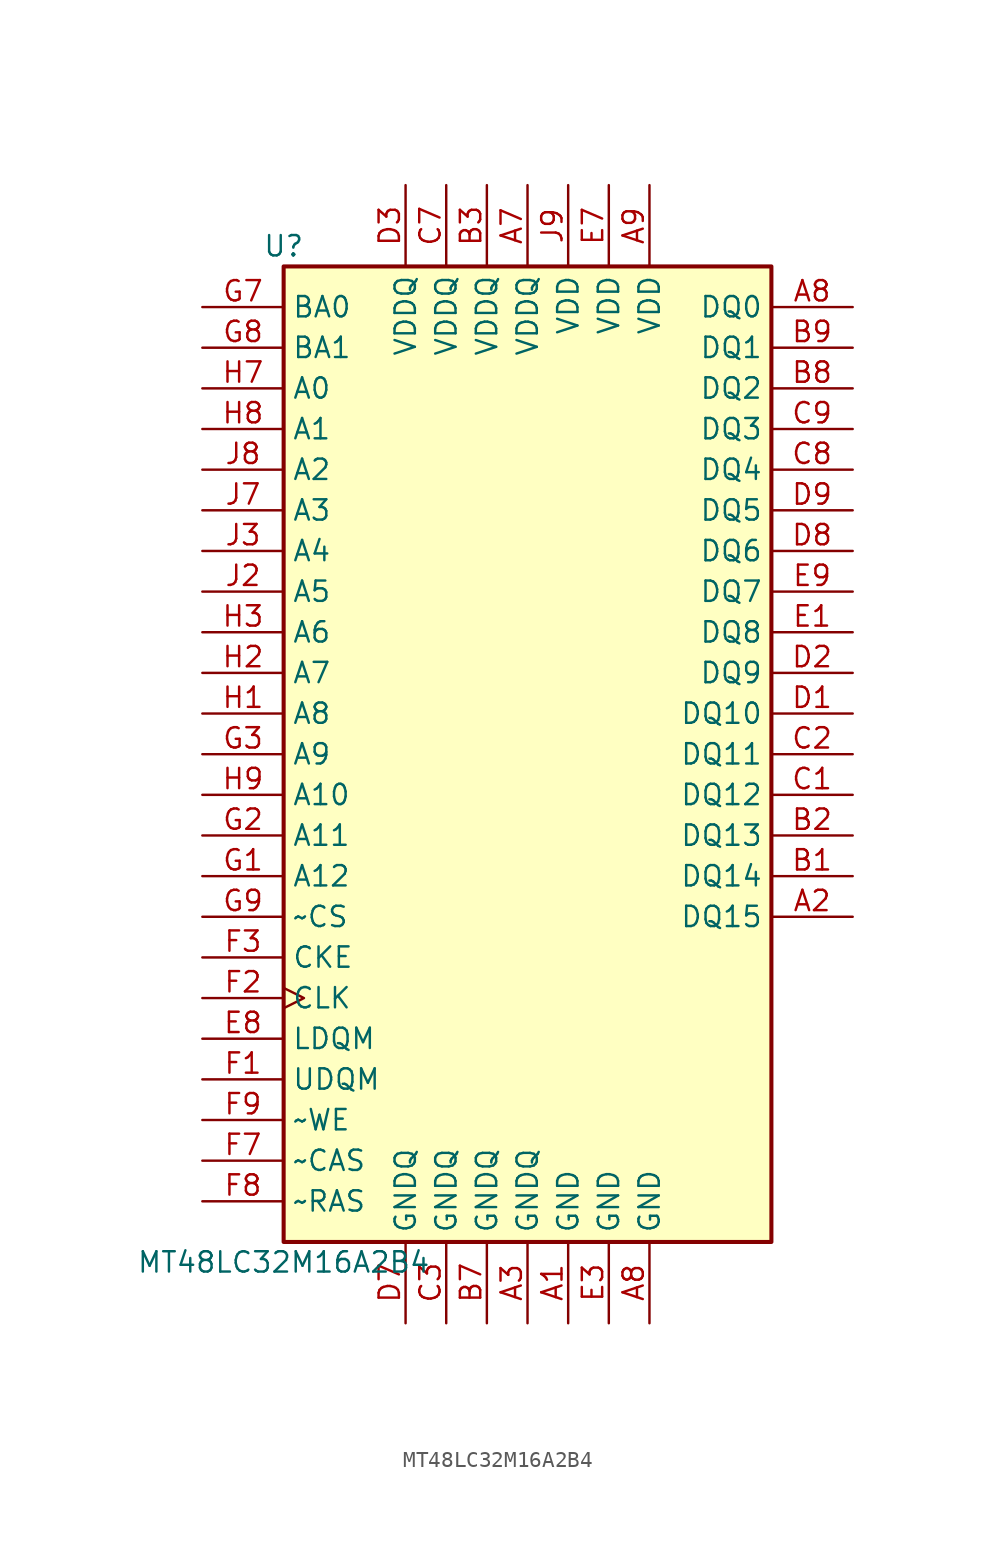
<source format=kicad_sym>
(kicad_symbol_lib
  (version 20210619)
  (generator kicad_symbol_editor)
  (symbol "Sitina:MT48LC32M16A2B4"
    (property "Reference" "U"
      (at -15.24 31.75 0)
      (effects (font (size 1.27 1.27))))
    (property "Value" "MT48LC32M16A2B4"
      (at -15.24 -31.75 0)
      (effects (font (size 1.27 1.27))))
    (symbol "MT48LC32M16A2B4_1_1"
      (rectangle (start -15.24 30.48) (end 15.24 -30.48) (stroke (width 0.254)) (fill (type background)))
      (pin power_in line (at 2.54 -35.56 90) (length 5.08) (name "GND" (effects (font (size 1.27 1.27)))) (number "A1" (effects (font (size 1.27 1.27)))))
      (pin bidirectional line (at 20.32 -10.16 180) (length 5.08) (name "DQ15" (effects (font (size 1.27 1.27)))) (number "A2" (effects (font (size 1.27 1.27)))))
      (pin power_in line (at 0 -35.56 90) (length 5.08) (name "GNDQ" (effects (font (size 1.27 1.27)))) (number "A3" (effects (font (size 1.27 1.27)))))
      (pin power_in line (at 0 35.56 270) (length 5.08) (name "VDDQ" (effects (font (size 1.27 1.27)))) (number "A7" (effects (font (size 1.27 1.27)))))
      (pin bidirectional line (at 20.32 27.94 180) (length 5.08) (name "DQ0" (effects (font (size 1.27 1.27)))) (number "A8" (effects (font (size 1.27 1.27)))))
      (pin power_in line (at 7.62 -35.56 90) (length 5.08) (name "GND" (effects (font (size 1.27 1.27)))) (number "A8" (effects (font (size 1.27 1.27)))))
      (pin power_in line (at 7.62 35.56 270) (length 5.08) (name "VDD" (effects (font (size 1.27 1.27)))) (number "A9" (effects (font (size 1.27 1.27)))))
      (pin bidirectional line (at 20.32 -7.62 180) (length 5.08) (name "DQ14" (effects (font (size 1.27 1.27)))) (number "B1" (effects (font (size 1.27 1.27)))))
      (pin bidirectional line (at 20.32 -5.08 180) (length 5.08) (name "DQ13" (effects (font (size 1.27 1.27)))) (number "B2" (effects (font (size 1.27 1.27)))))
      (pin power_in line (at -2.54 35.56 270) (length 5.08) (name "VDDQ" (effects (font (size 1.27 1.27)))) (number "B3" (effects (font (size 1.27 1.27)))))
      (pin power_in line (at -2.54 -35.56 90) (length 5.08) (name "GNDQ" (effects (font (size 1.27 1.27)))) (number "B7" (effects (font (size 1.27 1.27)))))
      (pin bidirectional line (at 20.32 22.86 180) (length 5.08) (name "DQ2" (effects (font (size 1.27 1.27)))) (number "B8" (effects (font (size 1.27 1.27)))))
      (pin bidirectional line (at 20.32 25.4 180) (length 5.08) (name "DQ1" (effects (font (size 1.27 1.27)))) (number "B9" (effects (font (size 1.27 1.27)))))
      (pin bidirectional line (at 20.32 -2.54 180) (length 5.08) (name "DQ12" (effects (font (size 1.27 1.27)))) (number "C1" (effects (font (size 1.27 1.27)))))
      (pin bidirectional line (at 20.32 0 180) (length 5.08) (name "DQ11" (effects (font (size 1.27 1.27)))) (number "C2" (effects (font (size 1.27 1.27)))))
      (pin power_in line (at -5.08 -35.56 90) (length 5.08) (name "GNDQ" (effects (font (size 1.27 1.27)))) (number "C3" (effects (font (size 1.27 1.27)))))
      (pin power_in line (at -5.08 35.56 270) (length 5.08) (name "VDDQ" (effects (font (size 1.27 1.27)))) (number "C7" (effects (font (size 1.27 1.27)))))
      (pin bidirectional line (at 20.32 17.78 180) (length 5.08) (name "DQ4" (effects (font (size 1.27 1.27)))) (number "C8" (effects (font (size 1.27 1.27)))))
      (pin bidirectional line (at 20.32 20.32 180) (length 5.08) (name "DQ3" (effects (font (size 1.27 1.27)))) (number "C9" (effects (font (size 1.27 1.27)))))
      (pin bidirectional line (at 20.32 2.54 180) (length 5.08) (name "DQ10" (effects (font (size 1.27 1.27)))) (number "D1" (effects (font (size 1.27 1.27)))))
      (pin bidirectional line (at 20.32 5.08 180) (length 5.08) (name "DQ9" (effects (font (size 1.27 1.27)))) (number "D2" (effects (font (size 1.27 1.27)))))
      (pin power_in line (at -7.62 35.56 270) (length 5.08) (name "VDDQ" (effects (font (size 1.27 1.27)))) (number "D3" (effects (font (size 1.27 1.27)))))
      (pin power_in line (at -7.62 -35.56 90) (length 5.08) (name "GNDQ" (effects (font (size 1.27 1.27)))) (number "D7" (effects (font (size 1.27 1.27)))))
      (pin bidirectional line (at 20.32 12.7 180) (length 5.08) (name "DQ6" (effects (font (size 1.27 1.27)))) (number "D8" (effects (font (size 1.27 1.27)))))
      (pin bidirectional line (at 20.32 15.24 180) (length 5.08) (name "DQ5" (effects (font (size 1.27 1.27)))) (number "D9" (effects (font (size 1.27 1.27)))))
      (pin bidirectional line (at 20.32 7.62 180) (length 5.08) (name "DQ8" (effects (font (size 1.27 1.27)))) (number "E1" (effects (font (size 1.27 1.27)))))
      (pin no_connect line (at 15.24 -20.32 180) (length 5.08) hide (name "NC" (effects (font (size 1.27 1.27)))) (number "E2" (effects (font (size 1.27 1.27)))))
      (pin power_in line (at 5.08 -35.56 90) (length 5.08) (name "GND" (effects (font (size 1.27 1.27)))) (number "E3" (effects (font (size 1.27 1.27)))))
      (pin power_in line (at 5.08 35.56 270) (length 5.08) (name "VDD" (effects (font (size 1.27 1.27)))) (number "E7" (effects (font (size 1.27 1.27)))))
      (pin input line (at -20.32 -17.78 0) (length 5.08) (name "LDQM" (effects (font (size 1.27 1.27)))) (number "E8" (effects (font (size 1.27 1.27)))))
      (pin bidirectional line (at 20.32 10.16 180) (length 5.08) (name "DQ7" (effects (font (size 1.27 1.27)))) (number "E9" (effects (font (size 1.27 1.27)))))
      (pin input line (at -20.32 -20.32 0) (length 5.08) (name "UDQM" (effects (font (size 1.27 1.27)))) (number "F1" (effects (font (size 1.27 1.27)))))
      (pin input clock (at -20.32 -15.24 0) (length 5.08) (name "CLK" (effects (font (size 1.27 1.27)))) (number "F2" (effects (font (size 1.27 1.27)))))
      (pin input line (at -20.32 -12.7 0) (length 5.08) (name "CKE" (effects (font (size 1.27 1.27)))) (number "F3" (effects (font (size 1.27 1.27)))))
      (pin input line (at -20.32 -25.4 0) (length 5.08) (name "~CAS" (effects (font (size 1.27 1.27)))) (number "F7" (effects (font (size 1.27 1.27)))))
      (pin input line (at -20.32 -27.94 0) (length 5.08) (name "~RAS" (effects (font (size 1.27 1.27)))) (number "F8" (effects (font (size 1.27 1.27)))))
      (pin input line (at -20.32 -22.86 0) (length 5.08) (name "~WE" (effects (font (size 1.27 1.27)))) (number "F9" (effects (font (size 1.27 1.27)))))
      (pin input line (at -20.32 -7.62 0) (length 5.08) (name "A12" (effects (font (size 1.27 1.27)))) (number "G1" (effects (font (size 1.27 1.27)))))
      (pin input line (at -20.32 -5.08 0) (length 5.08) (name "A11" (effects (font (size 1.27 1.27)))) (number "G2" (effects (font (size 1.27 1.27)))))
      (pin input line (at -20.32 0 0) (length 5.08) (name "A9" (effects (font (size 1.27 1.27)))) (number "G3" (effects (font (size 1.27 1.27)))))
      (pin input line (at -20.32 27.94 0) (length 5.08) (name "BA0" (effects (font (size 1.27 1.27)))) (number "G7" (effects (font (size 1.27 1.27)))))
      (pin input line (at -20.32 25.4 0) (length 5.08) (name "BA1" (effects (font (size 1.27 1.27)))) (number "G8" (effects (font (size 1.27 1.27)))))
      (pin input line (at -20.32 -10.16 0) (length 5.08) (name "~CS" (effects (font (size 1.27 1.27)))) (number "G9" (effects (font (size 1.27 1.27)))))
      (pin input line (at -20.32 2.54 0) (length 5.08) (name "A8" (effects (font (size 1.27 1.27)))) (number "H1" (effects (font (size 1.27 1.27)))))
      (pin input line (at -20.32 5.08 0) (length 5.08) (name "A7" (effects (font (size 1.27 1.27)))) (number "H2" (effects (font (size 1.27 1.27)))))
      (pin input line (at -20.32 7.62 0) (length 5.08) (name "A6" (effects (font (size 1.27 1.27)))) (number "H3" (effects (font (size 1.27 1.27)))))
      (pin input line (at -20.32 22.86 0) (length 5.08) (name "A0" (effects (font (size 1.27 1.27)))) (number "H7" (effects (font (size 1.27 1.27)))))
      (pin input line (at -20.32 20.32 0) (length 5.08) (name "A1" (effects (font (size 1.27 1.27)))) (number "H8" (effects (font (size 1.27 1.27)))))
      (pin input line (at -20.32 -2.54 0) (length 5.08) (name "A10" (effects (font (size 1.27 1.27)))) (number "H9" (effects (font (size 1.27 1.27)))))
      (pin input line (at -20.32 10.16 0) (length 5.08) (name "A5" (effects (font (size 1.27 1.27)))) (number "J2" (effects (font (size 1.27 1.27)))))
      (pin input line (at -20.32 12.7 0) (length 5.08) (name "A4" (effects (font (size 1.27 1.27)))) (number "J3" (effects (font (size 1.27 1.27)))))
      (pin input line (at -20.32 15.24 0) (length 5.08) (name "A3" (effects (font (size 1.27 1.27)))) (number "J7" (effects (font (size 1.27 1.27)))))
      (pin input line (at -20.32 17.78 0) (length 5.08) (name "A2" (effects (font (size 1.27 1.27)))) (number "J8" (effects (font (size 1.27 1.27)))))
      (pin power_in line (at 2.54 35.56 270) (length 5.08) (name "VDD" (effects (font (size 1.27 1.27)))) (number "J9" (effects (font (size 1.27 1.27))))))))
</source>
